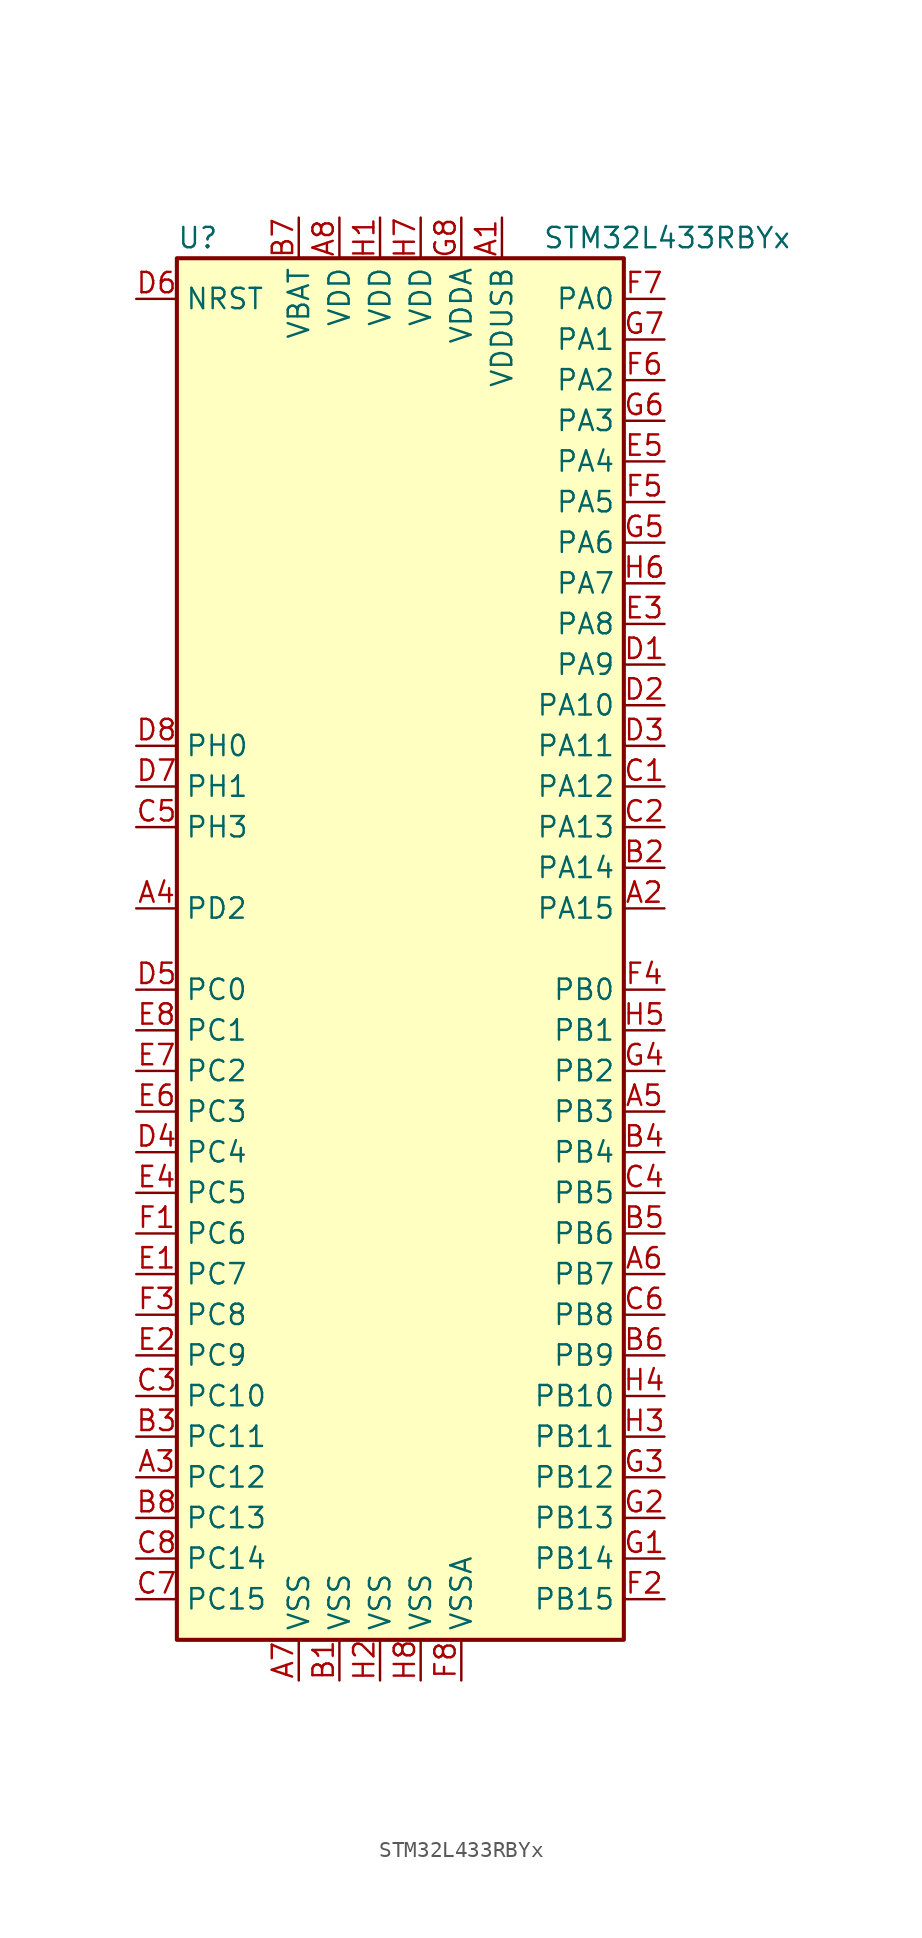
<source format=kicad_sym>
(kicad_symbol_lib
  (version 20201005)
  (generator kicad_symbol_editor)
  (symbol "STM32L433RBYx"
    (property "Reference" "U"
      (at -15.24 44.45 0)
      (effects (font (size 1.27 1.27)) (justify left)))
    (property "Value" "STM32L433RBYx"
      (at 7.62 44.45 0)
      (effects (font (size 1.27 1.27)) (justify left)))
    (symbol "STM32L433RBYx_0_1"
      (rectangle (start -15.24 -43.18) (end 12.7 43.18) (stroke (width 0.254)) (fill (type background))))
    (symbol "STM32L433RBYx_1_1"
      (pin input line (at -17.78 40.64 0) (length 2.54) (name "NRST" (effects (font (size 1.27 1.27)))) (number "D6" (effects (font (size 1.27 1.27)))))
      (pin bidirectional line (at 15.24 40.64 180) (length 2.54) (name "PA0" (effects (font (size 1.27 1.27)))) (number "F7" (effects (font (size 1.27 1.27)))))
      (pin bidirectional line (at 15.24 38.1 180) (length 2.54) (name "PA1" (effects (font (size 1.27 1.27)))) (number "G7" (effects (font (size 1.27 1.27)))))
      (pin bidirectional line (at 15.24 15.24 180) (length 2.54) (name "PA10" (effects (font (size 1.27 1.27)))) (number "D2" (effects (font (size 1.27 1.27)))))
      (pin bidirectional line (at 15.24 12.7 180) (length 2.54) (name "PA11" (effects (font (size 1.27 1.27)))) (number "D3" (effects (font (size 1.27 1.27)))))
      (pin bidirectional line (at 15.24 10.16 180) (length 2.54) (name "PA12" (effects (font (size 1.27 1.27)))) (number "C1" (effects (font (size 1.27 1.27)))))
      (pin bidirectional line (at 15.24 7.62 180) (length 2.54) (name "PA13" (effects (font (size 1.27 1.27)))) (number "C2" (effects (font (size 1.27 1.27)))))
      (pin bidirectional line (at 15.24 5.08 180) (length 2.54) (name "PA14" (effects (font (size 1.27 1.27)))) (number "B2" (effects (font (size 1.27 1.27)))))
      (pin bidirectional line (at 15.24 2.54 180) (length 2.54) (name "PA15" (effects (font (size 1.27 1.27)))) (number "A2" (effects (font (size 1.27 1.27)))))
      (pin bidirectional line (at 15.24 35.56 180) (length 2.54) (name "PA2" (effects (font (size 1.27 1.27)))) (number "F6" (effects (font (size 1.27 1.27)))))
      (pin bidirectional line (at 15.24 33.02 180) (length 2.54) (name "PA3" (effects (font (size 1.27 1.27)))) (number "G6" (effects (font (size 1.27 1.27)))))
      (pin bidirectional line (at 15.24 30.48 180) (length 2.54) (name "PA4" (effects (font (size 1.27 1.27)))) (number "E5" (effects (font (size 1.27 1.27)))))
      (pin bidirectional line (at 15.24 27.94 180) (length 2.54) (name "PA5" (effects (font (size 1.27 1.27)))) (number "F5" (effects (font (size 1.27 1.27)))))
      (pin bidirectional line (at 15.24 25.4 180) (length 2.54) (name "PA6" (effects (font (size 1.27 1.27)))) (number "G5" (effects (font (size 1.27 1.27)))))
      (pin bidirectional line (at 15.24 22.86 180) (length 2.54) (name "PA7" (effects (font (size 1.27 1.27)))) (number "H6" (effects (font (size 1.27 1.27)))))
      (pin bidirectional line (at 15.24 20.32 180) (length 2.54) (name "PA8" (effects (font (size 1.27 1.27)))) (number "E3" (effects (font (size 1.27 1.27)))))
      (pin bidirectional line (at 15.24 17.78 180) (length 2.54) (name "PA9" (effects (font (size 1.27 1.27)))) (number "D1" (effects (font (size 1.27 1.27)))))
      (pin bidirectional line (at 15.24 -2.54 180) (length 2.54) (name "PB0" (effects (font (size 1.27 1.27)))) (number "F4" (effects (font (size 1.27 1.27)))))
      (pin bidirectional line (at 15.24 -5.08 180) (length 2.54) (name "PB1" (effects (font (size 1.27 1.27)))) (number "H5" (effects (font (size 1.27 1.27)))))
      (pin bidirectional line (at 15.24 -27.94 180) (length 2.54) (name "PB10" (effects (font (size 1.27 1.27)))) (number "H4" (effects (font (size 1.27 1.27)))))
      (pin bidirectional line (at 15.24 -30.48 180) (length 2.54) (name "PB11" (effects (font (size 1.27 1.27)))) (number "H3" (effects (font (size 1.27 1.27)))))
      (pin bidirectional line (at 15.24 -33.02 180) (length 2.54) (name "PB12" (effects (font (size 1.27 1.27)))) (number "G3" (effects (font (size 1.27 1.27)))))
      (pin bidirectional line (at 15.24 -35.56 180) (length 2.54) (name "PB13" (effects (font (size 1.27 1.27)))) (number "G2" (effects (font (size 1.27 1.27)))))
      (pin bidirectional line (at 15.24 -38.1 180) (length 2.54) (name "PB14" (effects (font (size 1.27 1.27)))) (number "G1" (effects (font (size 1.27 1.27)))))
      (pin bidirectional line (at 15.24 -40.64 180) (length 2.54) (name "PB15" (effects (font (size 1.27 1.27)))) (number "F2" (effects (font (size 1.27 1.27)))))
      (pin bidirectional line (at 15.24 -7.62 180) (length 2.54) (name "PB2" (effects (font (size 1.27 1.27)))) (number "G4" (effects (font (size 1.27 1.27)))))
      (pin bidirectional line (at 15.24 -10.16 180) (length 2.54) (name "PB3" (effects (font (size 1.27 1.27)))) (number "A5" (effects (font (size 1.27 1.27)))))
      (pin bidirectional line (at 15.24 -12.7 180) (length 2.54) (name "PB4" (effects (font (size 1.27 1.27)))) (number "B4" (effects (font (size 1.27 1.27)))))
      (pin bidirectional line (at 15.24 -15.24 180) (length 2.54) (name "PB5" (effects (font (size 1.27 1.27)))) (number "C4" (effects (font (size 1.27 1.27)))))
      (pin bidirectional line (at 15.24 -17.78 180) (length 2.54) (name "PB6" (effects (font (size 1.27 1.27)))) (number "B5" (effects (font (size 1.27 1.27)))))
      (pin bidirectional line (at 15.24 -20.32 180) (length 2.54) (name "PB7" (effects (font (size 1.27 1.27)))) (number "A6" (effects (font (size 1.27 1.27)))))
      (pin bidirectional line (at 15.24 -22.86 180) (length 2.54) (name "PB8" (effects (font (size 1.27 1.27)))) (number "C6" (effects (font (size 1.27 1.27)))))
      (pin bidirectional line (at 15.24 -25.4 180) (length 2.54) (name "PB9" (effects (font (size 1.27 1.27)))) (number "B6" (effects (font (size 1.27 1.27)))))
      (pin bidirectional line (at -17.78 -2.54 0) (length 2.54) (name "PC0" (effects (font (size 1.27 1.27)))) (number "D5" (effects (font (size 1.27 1.27)))))
      (pin bidirectional line (at -17.78 -5.08 0) (length 2.54) (name "PC1" (effects (font (size 1.27 1.27)))) (number "E8" (effects (font (size 1.27 1.27)))))
      (pin bidirectional line (at -17.78 -27.94 0) (length 2.54) (name "PC10" (effects (font (size 1.27 1.27)))) (number "C3" (effects (font (size 1.27 1.27)))))
      (pin bidirectional line (at -17.78 -30.48 0) (length 2.54) (name "PC11" (effects (font (size 1.27 1.27)))) (number "B3" (effects (font (size 1.27 1.27)))))
      (pin bidirectional line (at -17.78 -33.02 0) (length 2.54) (name "PC12" (effects (font (size 1.27 1.27)))) (number "A3" (effects (font (size 1.27 1.27)))))
      (pin bidirectional line (at -17.78 -35.56 0) (length 2.54) (name "PC13" (effects (font (size 1.27 1.27)))) (number "B8" (effects (font (size 1.27 1.27)))))
      (pin bidirectional line (at -17.78 -38.1 0) (length 2.54) (name "PC14" (effects (font (size 1.27 1.27)))) (number "C8" (effects (font (size 1.27 1.27)))))
      (pin bidirectional line (at -17.78 -40.64 0) (length 2.54) (name "PC15" (effects (font (size 1.27 1.27)))) (number "C7" (effects (font (size 1.27 1.27)))))
      (pin bidirectional line (at -17.78 -7.62 0) (length 2.54) (name "PC2" (effects (font (size 1.27 1.27)))) (number "E7" (effects (font (size 1.27 1.27)))))
      (pin bidirectional line (at -17.78 -10.16 0) (length 2.54) (name "PC3" (effects (font (size 1.27 1.27)))) (number "E6" (effects (font (size 1.27 1.27)))))
      (pin bidirectional line (at -17.78 -12.7 0) (length 2.54) (name "PC4" (effects (font (size 1.27 1.27)))) (number "D4" (effects (font (size 1.27 1.27)))))
      (pin bidirectional line (at -17.78 -15.24 0) (length 2.54) (name "PC5" (effects (font (size 1.27 1.27)))) (number "E4" (effects (font (size 1.27 1.27)))))
      (pin bidirectional line (at -17.78 -17.78 0) (length 2.54) (name "PC6" (effects (font (size 1.27 1.27)))) (number "F1" (effects (font (size 1.27 1.27)))))
      (pin bidirectional line (at -17.78 -20.32 0) (length 2.54) (name "PC7" (effects (font (size 1.27 1.27)))) (number "E1" (effects (font (size 1.27 1.27)))))
      (pin bidirectional line (at -17.78 -22.86 0) (length 2.54) (name "PC8" (effects (font (size 1.27 1.27)))) (number "F3" (effects (font (size 1.27 1.27)))))
      (pin bidirectional line (at -17.78 -25.4 0) (length 2.54) (name "PC9" (effects (font (size 1.27 1.27)))) (number "E2" (effects (font (size 1.27 1.27)))))
      (pin bidirectional line (at -17.78 2.54 0) (length 2.54) (name "PD2" (effects (font (size 1.27 1.27)))) (number "A4" (effects (font (size 1.27 1.27)))))
      (pin input line (at -17.78 12.7 0) (length 2.54) (name "PH0" (effects (font (size 1.27 1.27)))) (number "D8" (effects (font (size 1.27 1.27)))))
      (pin input line (at -17.78 10.16 0) (length 2.54) (name "PH1" (effects (font (size 1.27 1.27)))) (number "D7" (effects (font (size 1.27 1.27)))))
      (pin bidirectional line (at -17.78 7.62 0) (length 2.54) (name "PH3" (effects (font (size 1.27 1.27)))) (number "C5" (effects (font (size 1.27 1.27)))))
      (pin power_in line (at -7.62 45.72 270) (length 2.54) (name "VBAT" (effects (font (size 1.27 1.27)))) (number "B7" (effects (font (size 1.27 1.27)))))
      (pin power_in line (at -5.08 45.72 270) (length 2.54) (name "VDD" (effects (font (size 1.27 1.27)))) (number "A8" (effects (font (size 1.27 1.27)))))
      (pin power_in line (at -2.54 45.72 270) (length 2.54) (name "VDD" (effects (font (size 1.27 1.27)))) (number "H1" (effects (font (size 1.27 1.27)))))
      (pin power_in line (at 0 45.72 270) (length 2.54) (name "VDD" (effects (font (size 1.27 1.27)))) (number "H7" (effects (font (size 1.27 1.27)))))
      (pin power_in line (at 2.54 45.72 270) (length 2.54) (name "VDDA" (effects (font (size 1.27 1.27)))) (number "G8" (effects (font (size 1.27 1.27)))))
      (pin power_in line (at 5.08 45.72 270) (length 2.54) (name "VDDUSB" (effects (font (size 1.27 1.27)))) (number "A1" (effects (font (size 1.27 1.27)))))
      (pin power_in line (at -7.62 -45.72 90) (length 2.54) (name "VSS" (effects (font (size 1.27 1.27)))) (number "A7" (effects (font (size 1.27 1.27)))))
      (pin power_in line (at -5.08 -45.72 90) (length 2.54) (name "VSS" (effects (font (size 1.27 1.27)))) (number "B1" (effects (font (size 1.27 1.27)))))
      (pin power_in line (at -2.54 -45.72 90) (length 2.54) (name "VSS" (effects (font (size 1.27 1.27)))) (number "H2" (effects (font (size 1.27 1.27)))))
      (pin power_in line (at 0 -45.72 90) (length 2.54) (name "VSS" (effects (font (size 1.27 1.27)))) (number "H8" (effects (font (size 1.27 1.27)))))
      (pin power_in line (at 2.54 -45.72 90) (length 2.54) (name "VSSA" (effects (font (size 1.27 1.27)))) (number "F8" (effects (font (size 1.27 1.27))))))))
</source>
